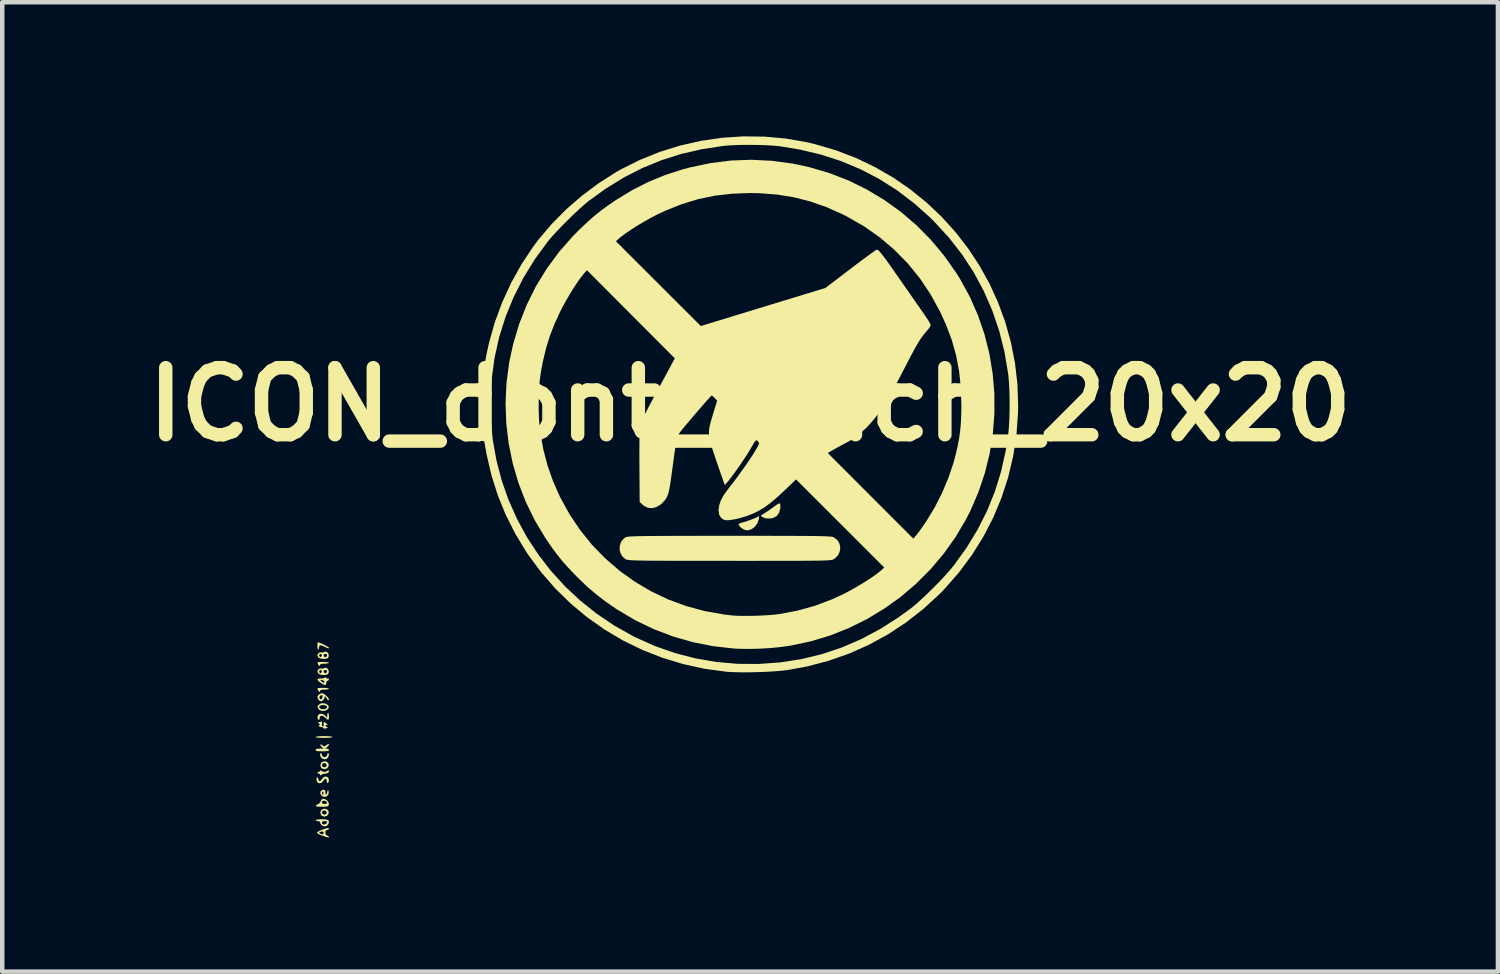
<source format=kicad_pcb>
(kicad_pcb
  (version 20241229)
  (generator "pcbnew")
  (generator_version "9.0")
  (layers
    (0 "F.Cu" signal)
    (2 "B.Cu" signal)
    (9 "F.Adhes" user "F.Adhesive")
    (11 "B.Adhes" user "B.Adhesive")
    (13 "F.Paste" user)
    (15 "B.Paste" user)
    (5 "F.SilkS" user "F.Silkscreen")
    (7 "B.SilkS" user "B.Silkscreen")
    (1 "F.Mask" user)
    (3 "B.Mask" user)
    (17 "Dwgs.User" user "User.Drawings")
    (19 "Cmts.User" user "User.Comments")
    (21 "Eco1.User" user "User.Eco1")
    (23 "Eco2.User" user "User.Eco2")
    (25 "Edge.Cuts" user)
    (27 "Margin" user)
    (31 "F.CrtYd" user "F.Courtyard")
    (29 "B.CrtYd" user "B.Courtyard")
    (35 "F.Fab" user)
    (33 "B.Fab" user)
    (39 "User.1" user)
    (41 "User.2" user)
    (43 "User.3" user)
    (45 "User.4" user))
  (footprint "ICON_dont_touch_20x20"
    (layer "F.Cu")
    (at 13.729 5.996)
    (property "Reference" "ICON_dont_touch_20x20" (at 0 0 0) (layer "F.SilkS") (effects (font (size 1.5 1.5) (thickness 0.3))))
    (attr board_only exclude_from_pos_files exclude_from_bom)
    (fp_poly (pts (xy -9.44 7.422) (xy -9.376 7.428) (xy -9.343 7.436) (xy -9.34 7.44) (xy -9.359 7.449) (xy -9.412 7.456) (xy -9.492 7.46) (xy -9.53 7.46) (xy -9.62 7.458) (xy -9.684 7.452) (xy -9.717 7.444) (xy -9.72 7.44) (xy -9.701 7.431) (xy -9.648 7.424) (xy -9.568 7.42) (xy -9.53 7.42)) (stroke (width 0) (type solid)) (fill yes) (layer "F.SilkS"))
    (fp_poly (pts (xy -9.482 5.763) (xy -9.436 5.77) (xy -9.42 5.78) (xy -9.438 5.791) (xy -9.484 5.799) (xy -9.519 5.8) (xy -9.581 5.803) (xy -9.613 5.815) (xy -9.624 5.835) (xy -9.632 5.856) (xy -9.645 5.844) (xy -9.656 5.826) (xy -9.674 5.789) (xy -9.68 5.771) (xy -9.662 5.766) (xy -9.614 5.761) (xy -9.55 5.76)) (stroke (width 0) (type solid)) (fill yes) (layer "F.SilkS"))
    (fp_poly (pts (xy -9.482 6.343) (xy -9.436 6.35) (xy -9.42 6.36) (xy -9.438 6.371) (xy -9.484 6.379) (xy -9.519 6.38) (xy -9.581 6.383) (xy -9.613 6.395) (xy -9.624 6.415) (xy -9.632 6.436) (xy -9.645 6.424) (xy -9.656 6.406) (xy -9.674 6.369) (xy -9.68 6.351) (xy -9.662 6.346) (xy -9.614 6.341) (xy -9.55 6.34)) (stroke (width 0) (type solid)) (fill yes) (layer "F.SilkS"))
    (fp_poly (pts (xy -9.584 7.817) (xy -9.576 7.845) (xy -9.559 7.881) (xy -9.52 7.89) (xy -9.479 7.879) (xy -9.464 7.845) (xy -9.451 7.81) (xy -9.432 7.801) (xy -9.421 7.821) (xy -9.42 7.831) (xy -9.435 7.891) (xy -9.474 7.929) (xy -9.525 7.939) (xy -9.578 7.918) (xy -9.589 7.909) (xy -9.611 7.873) (xy -9.62 7.833) (xy -9.613 7.805) (xy -9.601 7.8)) (stroke (width 0) (type solid)) (fill yes) (layer "F.SilkS"))
    (fp_poly (pts (xy 0.194 2.57) (xy 0.162 2.662) (xy 0.104 2.74) (xy 0.029 2.791) (xy 0.028 2.792) (xy -0.033 2.814) (xy -0.08 2.816) (xy -0.136 2.798) (xy -0.153 2.791) (xy -0.195 2.765) (xy -0.233 2.728) (xy -0.256 2.694) (xy -0.257 2.671) (xy -0.257 2.671) (xy -0.235 2.663) (xy -0.187 2.647) (xy -0.133 2.631) (xy -0.044 2.602) (xy 0.051 2.567) (xy 0.095 2.549) (xy 0.205 2.5)) (stroke (width 0) (type solid)) (fill yes) (layer "F.SilkS"))
    (fp_poly (pts (xy -9.638 5.328) (xy -9.588 5.349) (xy -9.53 5.376) (xy -9.475 5.405) (xy -9.435 5.429) (xy -9.42 5.443) (xy -9.426 5.458) (xy -9.449 5.454) (xy -9.496 5.433) (xy -9.566 5.4) (xy -9.609 5.388) (xy -9.633 5.399) (xy -9.643 5.432) (xy -9.644 5.441) (xy -9.652 5.479) (xy -9.664 5.49) (xy -9.665 5.489) (xy -9.674 5.462) (xy -9.679 5.417) (xy -9.679 5.368) (xy -9.675 5.331) (xy -9.668 5.32)) (stroke (width 0) (type solid)) (fill yes) (layer "F.SilkS"))
    (fp_poly (pts (xy 0.665 2.213) (xy 0.675 2.238) (xy 0.677 2.289) (xy 0.675 2.324) (xy 0.649 2.425) (xy 0.595 2.497) (xy 0.514 2.541) (xy 0.447 2.553) (xy 0.351 2.549) (xy 0.295 2.53) (xy 0.257 2.506) (xy 0.24 2.491) (xy 0.24 2.49) (xy 0.256 2.476) (xy 0.296 2.45) (xy 0.33 2.429) (xy 0.395 2.388) (xy 0.472 2.334) (xy 0.533 2.289) (xy 0.591 2.247) (xy 0.638 2.22) (xy 0.664 2.213)) (stroke (width 0) (type solid)) (fill yes) (layer "F.SilkS"))
    (fp_poly (pts (xy -9.427 6.918) (xy -9.421 6.962) (xy -9.42 6.98) (xy -9.424 7.037) (xy -9.439 7.056) (xy -9.469 7.04) (xy -9.501 7.009) (xy -9.548 6.973) (xy -9.591 6.964) (xy -9.621 6.982) (xy -9.628 7.015) (xy -9.635 7.053) (xy -9.654 7.057) (xy -9.671 7.039) (xy -9.676 7.005) (xy -9.672 6.969) (xy -9.645 6.931) (xy -9.599 6.919) (xy -9.546 6.931) (xy -9.501 6.964) (xy -9.46 7.008) (xy -9.46 6.954) (xy -9.454 6.914) (xy -9.44 6.9)) (stroke (width 0) (type solid)) (fill yes) (layer "F.SilkS"))
    (fp_poly (pts (xy -9.481 7.99) (xy -9.439 8.019) (xy -9.425 8.062) (xy -9.435 8.108) (xy -9.468 8.145) (xy -9.519 8.16) (xy -9.52 8.16) (xy -9.577 8.145) (xy -9.6 8.119) (xy -9.611 8.071) (xy -9.578 8.071) (xy -9.562 8.103) (xy -9.526 8.117) (xy -9.515 8.116) (xy -9.477 8.097) (xy -9.47 8.07) (xy -9.486 8.036) (xy -9.522 8.021) (xy -9.56 8.033) (xy -9.565 8.037) (xy -9.578 8.071) (xy -9.611 8.071) (xy -9.613 8.062) (xy -9.594 8.016) (xy -9.551 7.988) (xy -9.491 7.987)) (stroke (width 0) (type solid)) (fill yes) (layer "F.SilkS"))
    (fp_poly (pts (xy -9.481 9.05) (xy -9.439 9.079) (xy -9.425 9.122) (xy -9.435 9.168) (xy -9.468 9.205) (xy -9.519 9.22) (xy -9.52 9.22) (xy -9.577 9.205) (xy -9.6 9.179) (xy -9.611 9.131) (xy -9.578 9.131) (xy -9.562 9.163) (xy -9.526 9.177) (xy -9.515 9.176) (xy -9.477 9.157) (xy -9.47 9.13) (xy -9.486 9.096) (xy -9.522 9.081) (xy -9.56 9.093) (xy -9.565 9.097) (xy -9.578 9.131) (xy -9.611 9.131) (xy -9.613 9.122) (xy -9.594 9.076) (xy -9.551 9.048) (xy -9.491 9.047)) (stroke (width 0) (type solid)) (fill yes) (layer "F.SilkS"))
    (fp_poly (pts (xy -9.588 8.195) (xy -9.562 8.213) (xy -9.52 8.22) (xy -9.476 8.212) (xy -9.454 8.195) (xy -9.438 8.18) (xy -9.43 8.184) (xy -9.419 8.213) (xy -9.439 8.241) (xy -9.482 8.258) (xy -9.509 8.26) (xy -9.556 8.265) (xy -9.579 8.277) (xy -9.58 8.28) (xy -9.595 8.299) (xy -9.6 8.3) (xy -9.619 8.285) (xy -9.62 8.28) (xy -9.636 8.262) (xy -9.65 8.26) (xy -9.677 8.249) (xy -9.68 8.24) (xy -9.664 8.222) (xy -9.652 8.22) (xy -9.618 8.205) (xy -9.612 8.195) (xy -9.599 8.18)) (stroke (width 0) (type solid)) (fill yes) (layer "F.SilkS"))
    (fp_poly (pts (xy -9.449 8.338) (xy -9.425 8.378) (xy -9.423 8.422) (xy -9.438 8.463) (xy -9.456 8.471) (xy -9.469 8.446) (xy -9.471 8.425) (xy -9.48 8.382) (xy -9.503 8.372) (xy -9.533 8.397) (xy -9.546 8.42) (xy -9.583 8.462) (xy -9.63 8.476) (xy -9.674 8.458) (xy -9.675 8.457) (xy -9.693 8.424) (xy -9.7 8.382) (xy -9.694 8.349) (xy -9.681 8.34) (xy -9.664 8.357) (xy -9.656 8.383) (xy -9.642 8.425) (xy -9.617 8.428) (xy -9.585 8.394) (xy -9.576 8.38) (xy -9.535 8.336) (xy -9.489 8.323)) (stroke (width 0) (type solid)) (fill yes) (layer "F.SilkS"))
    (fp_poly (pts (xy -9.514 6.687) (xy -9.464 6.711) (xy -9.426 6.751) (xy -9.428 6.792) (xy -9.457 6.827) (xy -9.511 6.854) (xy -9.576 6.857) (xy -9.633 6.836) (xy -9.647 6.823) (xy -9.676 6.78) (xy -9.674 6.77) (xy -9.64 6.77) (xy -9.623 6.8) (xy -9.58 6.817) (xy -9.524 6.817) (xy -9.492 6.808) (xy -9.463 6.783) (xy -9.468 6.753) (xy -9.503 6.73) (xy -9.509 6.729) (xy -9.566 6.724) (xy -9.613 6.737) (xy -9.639 6.762) (xy -9.64 6.77) (xy -9.674 6.77) (xy -9.67 6.743) (xy -9.643 6.713) (xy -9.584 6.684)) (stroke (width 0) (type solid)) (fill yes) (layer "F.SilkS"))
    (fp_poly (pts (xy -9.421 7.596) (xy -9.42 7.606) (xy -9.435 7.638) (xy -9.465 7.667) (xy -9.51 7.698) (xy -9.465 7.699) (xy -9.429 7.711) (xy -9.42 7.73) (xy -9.428 7.746) (xy -9.456 7.755) (xy -9.512 7.759) (xy -9.57 7.76) (xy -9.649 7.758) (xy -9.696 7.753) (xy -9.717 7.742) (xy -9.72 7.73) (xy -9.708 7.71) (xy -9.669 7.701) (xy -9.628 7.7) (xy -9.536 7.7) (xy -9.583 7.662) (xy -9.611 7.631) (xy -9.616 7.609) (xy -9.615 7.609) (xy -9.591 7.609) (xy -9.563 7.627) (xy -9.535 7.648) (xy -9.51 7.645) (xy -9.473 7.619) (xy -9.436 7.594)) (stroke (width 0) (type solid)) (fill yes) (layer "F.SilkS"))
    (fp_poly (pts (xy -9.51 8.631) (xy -9.5 8.669) (xy -9.5 8.684) (xy -9.494 8.723) (xy -9.481 8.728) (xy -9.465 8.701) (xy -9.455 8.66) (xy -9.448 8.627) (xy -9.438 8.631) (xy -9.431 8.646) (xy -9.426 8.694) (xy -9.437 8.731) (xy -9.473 8.77) (xy -9.525 8.78) (xy -9.577 8.759) (xy -9.589 8.749) (xy -9.615 8.701) (xy -9.612 8.682) (xy -9.576 8.682) (xy -9.569 8.714) (xy -9.556 8.739) (xy -9.548 8.727) (xy -9.545 8.713) (xy -9.543 8.677) (xy -9.548 8.665) (xy -9.567 8.66) (xy -9.576 8.682) (xy -9.612 8.682) (xy -9.608 8.656) (xy -9.571 8.626) (xy -9.536 8.62)) (stroke (width 0) (type solid)) (fill yes) (layer "F.SilkS"))
    (fp_poly (pts (xy -9.527 8.824) (xy -9.477 8.845) (xy -9.438 8.889) (xy -9.422 8.94) (xy -9.426 8.967) (xy -9.441 8.985) (xy -9.474 8.995) (xy -9.535 8.999) (xy -9.581 9) (xy -9.659 8.998) (xy -9.702 8.991) (xy -9.716 8.979) (xy -9.715 8.975) (xy -9.691 8.952) (xy -9.667 8.944) (xy -9.632 8.922) (xy -9.617 8.898) (xy -9.582 8.898) (xy -9.571 8.924) (xy -9.533 8.939) (xy -9.52 8.94) (xy -9.473 8.931) (xy -9.46 8.911) (xy -9.477 8.884) (xy -9.514 8.866) (xy -9.553 8.867) (xy -9.56 8.87) (xy -9.582 8.898) (xy -9.617 8.898) (xy -9.605 8.878) (xy -9.583 8.835) (xy -9.551 8.822)) (stroke (width 0) (type solid)) (fill yes) (layer "F.SilkS"))
    (fp_poly (pts (xy -9.493 9.284) (xy -9.441 9.298) (xy -9.421 9.325) (xy -9.428 9.369) (xy -9.437 9.391) (xy -9.473 9.43) (xy -9.525 9.44) (xy -9.577 9.419) (xy -9.589 9.409) (xy -9.614 9.371) (xy -9.618 9.356) (xy -9.582 9.356) (xy -9.566 9.388) (xy -9.531 9.398) (xy -9.491 9.387) (xy -9.465 9.359) (xy -9.464 9.355) (xy -9.468 9.33) (xy -9.5 9.321) (xy -9.519 9.32) (xy -9.565 9.33) (xy -9.582 9.356) (xy -9.618 9.356) (xy -9.62 9.349) (xy -9.637 9.326) (xy -9.67 9.32) (xy -9.708 9.313) (xy -9.72 9.3) (xy -9.701 9.29) (xy -9.652 9.283) (xy -9.58 9.28) (xy -9.579 9.28)) (stroke (width 0) (type solid)) (fill yes) (layer "F.SilkS"))
    (fp_poly (pts (xy -9.54 6.474) (xy -9.493 6.506) (xy -9.45 6.548) (xy -9.423 6.586) (xy -9.42 6.598) (xy -9.429 6.62) (xy -9.45 6.61) (xy -9.475 6.574) (xy -9.48 6.565) (xy -9.499 6.53) (xy -9.509 6.529) (xy -9.516 6.55) (xy -9.54 6.606) (xy -9.579 6.636) (xy -9.62 6.638) (xy -9.656 6.607) (xy -9.659 6.601) (xy -9.676 6.561) (xy -9.68 6.545) (xy -9.634 6.545) (xy -9.63 6.577) (xy -9.609 6.596) (xy -9.595 6.595) (xy -9.572 6.571) (xy -9.564 6.543) (xy -9.566 6.507) (xy -9.59 6.504) (xy -9.618 6.518) (xy -9.634 6.545) (xy -9.68 6.545) (xy -9.68 6.543) (xy -9.663 6.507) (xy -9.624 6.475) (xy -9.58 6.46) (xy -9.577 6.46)) (stroke (width 0) (type solid)) (fill yes) (layer "F.SilkS"))
    (fp_poly (pts (xy -9.482 6.118) (xy -9.456 6.135) (xy -9.442 6.131) (xy -9.423 6.134) (xy -9.42 6.149) (xy -9.435 6.176) (xy -9.45 6.18) (xy -9.474 6.197) (xy -9.48 6.23) (xy -9.488 6.268) (xy -9.513 6.277) (xy -9.56 6.258) (xy -9.605 6.229) (xy -9.66 6.185) (xy -9.669 6.17) (xy -9.611 6.17) (xy -9.588 6.196) (xy -9.581 6.202) (xy -9.542 6.227) (xy -9.523 6.22) (xy -9.523 6.219) (xy -9.53 6.189) (xy -9.543 6.178) (xy -9.586 6.162) (xy -9.6 6.161) (xy -9.611 6.17) (xy -9.669 6.17) (xy -9.679 6.153) (xy -9.661 6.134) (xy -9.606 6.131) (xy -9.605 6.131) (xy -9.552 6.128) (xy -9.518 6.116) (xy -9.515 6.113) (xy -9.496 6.102)) (stroke (width 0) (type solid)) (fill yes) (layer "F.SilkS"))
    (fp_poly (pts (xy -9.423 9.481) (xy -9.42 9.491) (xy -9.437 9.515) (xy -9.46 9.52) (xy -9.489 9.529) (xy -9.5 9.565) (xy -9.5 9.58) (xy -9.491 9.627) (xy -9.471 9.64) (xy -9.442 9.65) (xy -9.422 9.672) (xy -9.423 9.689) (xy -9.444 9.686) (xy -9.492 9.672) (xy -9.558 9.651) (xy -9.56 9.651) (xy -9.626 9.625) (xy -9.672 9.6) (xy -9.683 9.588) (xy -9.636 9.588) (xy -9.606 9.606) (xy -9.555 9.618) (xy -9.543 9.603) (xy -9.54 9.583) (xy -9.549 9.556) (xy -9.582 9.554) (xy -9.59 9.555) (xy -9.632 9.57) (xy -9.636 9.588) (xy -9.683 9.588) (xy -9.69 9.58) (xy -9.69 9.58) (xy -9.672 9.561) (xy -9.625 9.536) (xy -9.558 9.509) (xy -9.555 9.508) (xy -9.483 9.485) (xy -9.442 9.477)) (stroke (width 0) (type solid)) (fill yes) (layer "F.SilkS"))
    (fp_poly (pts (xy -9.457 5.545) (xy -9.432 5.581) (xy -9.423 5.626) (xy -9.439 5.668) (xy -9.44 5.67) (xy -9.477 5.688) (xy -9.534 5.694) (xy -9.596 5.688) (xy -9.644 5.671) (xy -9.653 5.664) (xy -9.676 5.628) (xy -9.677 5.626) (xy -9.639 5.626) (xy -9.627 5.646) (xy -9.603 5.651) (xy -9.583 5.628) (xy -9.58 5.609) (xy -9.581 5.607) (xy -9.54 5.607) (xy -9.527 5.645) (xy -9.5 5.655) (xy -9.473 5.637) (xy -9.464 5.613) (xy -9.472 5.586) (xy -9.499 5.58) (xy -9.532 5.591) (xy -9.54 5.607) (xy -9.581 5.607) (xy -9.596 5.583) (xy -9.61 5.58) (xy -9.635 5.595) (xy -9.639 5.626) (xy -9.677 5.626) (xy -9.68 5.611) (xy -9.663 5.573) (xy -9.625 5.548) (xy -9.588 5.548) (xy -9.546 5.548) (xy -9.53 5.54) (xy -9.492 5.528)) (stroke (width 0) (type solid)) (fill yes) (layer "F.SilkS"))
    (fp_poly (pts (xy -9.457 5.905) (xy -9.432 5.941) (xy -9.423 5.986) (xy -9.439 6.028) (xy -9.44 6.03) (xy -9.477 6.048) (xy -9.534 6.054) (xy -9.596 6.048) (xy -9.644 6.031) (xy -9.653 6.024) (xy -9.676 5.988) (xy -9.677 5.986) (xy -9.639 5.986) (xy -9.627 6.006) (xy -9.603 6.011) (xy -9.583 5.988) (xy -9.58 5.969) (xy -9.581 5.967) (xy -9.54 5.967) (xy -9.527 6.005) (xy -9.5 6.015) (xy -9.473 5.997) (xy -9.464 5.973) (xy -9.472 5.946) (xy -9.499 5.94) (xy -9.532 5.951) (xy -9.54 5.967) (xy -9.581 5.967) (xy -9.596 5.943) (xy -9.61 5.94) (xy -9.635 5.955) (xy -9.639 5.986) (xy -9.677 5.986) (xy -9.68 5.971) (xy -9.663 5.933) (xy -9.625 5.908) (xy -9.588 5.908) (xy -9.546 5.908) (xy -9.53 5.9) (xy -9.492 5.888)) (stroke (width 0) (type solid)) (fill yes) (layer "F.SilkS"))
    (fp_poly (pts (xy -9.576 7.111) (xy -9.579 7.165) (xy -9.573 7.195) (xy -9.562 7.2) (xy -9.537 7.189) (xy -9.529 7.168) (xy -9.539 7.157) (xy -9.548 7.137) (xy -9.541 7.122) (xy -9.524 7.108) (xy -9.498 7.121) (xy -9.477 7.14) (xy -9.45 7.169) (xy -9.454 7.177) (xy -9.465 7.174) (xy -9.494 7.171) (xy -9.5 7.18) (xy -9.485 7.204) (xy -9.465 7.218) (xy -9.446 7.235) (xy -9.453 7.239) (xy -9.492 7.247) (xy -9.508 7.252) (xy -9.535 7.252) (xy -9.54 7.241) (xy -9.555 7.223) (xy -9.565 7.222) (xy -9.603 7.218) (xy -9.627 7.21) (xy -9.651 7.194) (xy -9.638 7.177) (xy -9.637 7.176) (xy -9.621 7.157) (xy -9.635 7.147) (xy -9.658 7.124) (xy -9.66 7.115) (xy -9.652 7.103) (xy -9.647 7.106) (xy -9.623 7.107) (xy -9.607 7.097) (xy -9.585 7.088)) (stroke (width 0) (type solid)) (fill yes) (layer "F.SilkS"))
    (fp_poly (pts (xy -0.106 2.94) (xy 0.206 2.94) (xy 0.483 2.94) (xy 0.726 2.941) (xy 0.938 2.941) (xy 1.122 2.942) (xy 1.279 2.943) (xy 1.411 2.944) (xy 1.521 2.946) (xy 1.611 2.948) (xy 1.684 2.95) (xy 1.741 2.953) (xy 1.785 2.956) (xy 1.818 2.959) (xy 1.842 2.964) (xy 1.86 2.968) (xy 1.873 2.974) (xy 1.879 2.977) (xy 1.954 3.037) (xy 2 3.116) (xy 2.017 3.205) (xy 2.004 3.296) (xy 1.962 3.381) (xy 1.89 3.451) (xy 1.875 3.46) (xy 1.864 3.466) (xy 1.852 3.472) (xy 1.835 3.477) (xy 1.812 3.481) (xy 1.781 3.484) (xy 1.739 3.488) (xy 1.683 3.49) (xy 1.613 3.493) (xy 1.525 3.495) (xy 1.418 3.496) (xy 1.288 3.497) (xy 1.134 3.498) (xy 0.954 3.499) (xy 0.746 3.499) (xy 0.506 3.499) (xy 0.233 3.499) (xy -0.075 3.5) (xy -0.42 3.499) (xy -0.45 3.499) (xy -0.801 3.499) (xy -1.114 3.499) (xy -1.391 3.499) (xy -1.635 3.498) (xy -1.848 3.498) (xy -2.032 3.497) (xy -2.19 3.496) (xy -2.322 3.495) (xy -2.433 3.493) (xy -2.523 3.491) (xy -2.596 3.488) (xy -2.653 3.486) (xy -2.696 3.482) (xy -2.729 3.479) (xy -2.752 3.474) (xy -2.768 3.47) (xy -2.778 3.466) (xy -2.851 3.41) (xy -2.898 3.332) (xy -2.919 3.243) (xy -2.913 3.152) (xy -2.881 3.067) (xy -2.822 2.997) (xy -2.782 2.971) (xy -2.769 2.966) (xy -2.749 2.962) (xy -2.721 2.958) (xy -2.68 2.955) (xy -2.626 2.952) (xy -2.556 2.949) (xy -2.469 2.947) (xy -2.361 2.945) (xy -2.231 2.944) (xy -2.076 2.943) (xy -1.895 2.942) (xy -1.685 2.941) (xy -1.445 2.941) (xy -1.171 2.94) (xy -0.861 2.94) (xy -0.514 2.94) (xy -0.456 2.94)) (stroke (width 0) (type solid)) (fill yes) (layer "F.SilkS"))
    (fp_poly (pts (xy 0.323 -5.99) (xy 0.798 -5.947) (xy 1.267 -5.865) (xy 1.458 -5.82) (xy 1.924 -5.683) (xy 2.371 -5.511) (xy 2.798 -5.306) (xy 3.205 -5.071) (xy 3.589 -4.806) (xy 3.95 -4.513) (xy 4.286 -4.195) (xy 4.596 -3.853) (xy 4.878 -3.488) (xy 5.132 -3.103) (xy 5.356 -2.699) (xy 5.548 -2.277) (xy 5.708 -1.84) (xy 5.834 -1.389) (xy 5.925 -0.926) (xy 5.98 -0.453) (xy 5.996 0.029) (xy 5.993 0.19) (xy 5.958 0.681) (xy 5.884 1.162) (xy 5.772 1.633) (xy 5.623 2.09) (xy 5.438 2.533) (xy 5.218 2.96) (xy 4.962 3.369) (xy 4.672 3.759) (xy 4.349 4.128) (xy 4.23 4.25) (xy 3.869 4.581) (xy 3.485 4.88) (xy 3.081 5.146) (xy 2.656 5.378) (xy 2.213 5.575) (xy 1.754 5.736) (xy 1.279 5.861) (xy 0.85 5.94) (xy 0.715 5.957) (xy 0.551 5.97) (xy 0.368 5.981) (xy 0.174 5.988) (xy -0.02 5.993) (xy -0.205 5.993) (xy -0.372 5.989) (xy -0.51 5.982) (xy -0.534 5.979) (xy -1.024 5.913) (xy -1.501 5.808) (xy -1.964 5.667) (xy -2.412 5.491) (xy -2.843 5.281) (xy -3.255 5.037) (xy -3.646 4.761) (xy -4.014 4.454) (xy -4.359 4.117) (xy -4.677 3.751) (xy -4.968 3.357) (xy -5.002 3.306) (xy -5.251 2.896) (xy -5.464 2.475) (xy -5.642 2.04) (xy -5.785 1.587) (xy -5.896 1.114) (xy -5.943 0.84) (xy -5.957 0.743) (xy -5.968 0.652) (xy -5.976 0.56) (xy -5.982 0.46) (xy -5.985 0.343) (xy -5.987 0.204) (xy -5.987 0.032) (xy -5.988 0) (xy -5.986 -0.15) (xy -5.807 -0.15) (xy -5.801 0.327) (xy -5.756 0.797) (xy -5.673 1.257) (xy -5.555 1.706) (xy -5.401 2.143) (xy -5.213 2.564) (xy -4.993 2.969) (xy -4.74 3.355) (xy -4.457 3.722) (xy -4.145 4.065) (xy -3.804 4.385) (xy -3.436 4.679) (xy -3.042 4.945) (xy -2.623 5.181) (xy -2.56 5.213) (xy -2.126 5.407) (xy -1.679 5.563) (xy -1.221 5.681) (xy -0.754 5.762) (xy -0.279 5.803) (xy 0.2 5.806) (xy 0.682 5.77) (xy 1.151 5.697) (xy 1.607 5.586) (xy 2.052 5.437) (xy 2.486 5.25) (xy 2.909 5.025) (xy 3.323 4.761) (xy 3.6 4.559) (xy 3.701 4.477) (xy 3.82 4.37) (xy 3.952 4.247) (xy 4.088 4.113) (xy 4.223 3.977) (xy 4.349 3.843) (xy 4.459 3.72) (xy 4.547 3.615) (xy 4.559 3.6) (xy 4.845 3.201) (xy 5.092 2.795) (xy 5.302 2.378) (xy 5.475 1.95) (xy 5.613 1.506) (xy 5.716 1.045) (xy 5.772 0.687) (xy 5.788 0.524) (xy 5.799 0.332) (xy 5.804 0.123) (xy 5.805 -0.092) (xy 5.8 -0.303) (xy 5.79 -0.498) (xy 5.775 -0.666) (xy 5.772 -0.687) (xy 5.69 -1.174) (xy 5.572 -1.644) (xy 5.418 -2.098) (xy 5.228 -2.534) (xy 5.003 -2.952) (xy 4.744 -3.35) (xy 4.449 -3.729) (xy 4.12 -4.087) (xy 4.031 -4.176) (xy 3.668 -4.5) (xy 3.287 -4.789) (xy 2.889 -5.042) (xy 2.472 -5.259) (xy 2.036 -5.442) (xy 1.581 -5.589) (xy 1.107 -5.702) (xy 0.68 -5.772) (xy 0.54 -5.786) (xy 0.372 -5.797) (xy 0.184 -5.803) (xy -0.011 -5.805) (xy -0.203 -5.804) (xy -0.382 -5.798) (xy -0.538 -5.788) (xy -0.6 -5.782) (xy -1.082 -5.708) (xy -1.543 -5.602) (xy -1.986 -5.461) (xy -2.413 -5.286) (xy -2.827 -5.074) (xy -3.232 -4.824) (xy -3.6 -4.559) (xy -3.698 -4.478) (xy -3.815 -4.374) (xy -3.944 -4.254) (xy -4.078 -4.123) (xy -4.21 -3.991) (xy -4.333 -3.862) (xy -4.44 -3.745) (xy -4.524 -3.645) (xy -4.528 -3.64) (xy -4.82 -3.24) (xy -5.074 -2.826) (xy -5.291 -2.398) (xy -5.471 -1.957) (xy -5.613 -1.504) (xy -5.717 -1.038) (xy -5.782 -0.562) (xy -5.807 -0.15) (xy -5.986 -0.15) (xy -5.986 -0.237) (xy -5.979 -0.445) (xy -5.967 -0.631) (xy -5.949 -0.805) (xy -5.923 -0.978) (xy -5.889 -1.158) (xy -5.845 -1.355) (xy -5.837 -1.39) (xy -5.709 -1.842) (xy -5.544 -2.287) (xy -5.344 -2.721) (xy -5.112 -3.137) (xy -4.852 -3.529) (xy -4.733 -3.688) (xy -4.441 -4.032) (xy -4.117 -4.36) (xy -3.766 -4.665) (xy -3.393 -4.944) (xy -3.004 -5.193) (xy -2.887 -5.259) (xy -2.462 -5.471) (xy -2.021 -5.648) (xy -1.566 -5.79) (xy -1.101 -5.895) (xy -0.629 -5.964) (xy -0.153 -5.996)) (stroke (width 0) (type solid)) (fill yes) (layer "F.SilkS"))
    (fp_poly (pts (xy 0.49 -5.449) (xy 0.952 -5.387) (xy 1.32 -5.308) (xy 1.766 -5.177) (xy 2.196 -5.011) (xy 2.608 -4.809) (xy 3 -4.574) (xy 3.372 -4.307) (xy 3.721 -4.008) (xy 4.045 -3.68) (xy 4.343 -3.323) (xy 4.614 -2.938) (xy 4.7 -2.8) (xy 4.917 -2.403) (xy 5.098 -1.991) (xy 5.244 -1.566) (xy 5.353 -1.131) (xy 5.426 -0.689) (xy 5.464 -0.242) (xy 5.465 0.206) (xy 5.43 0.653) (xy 5.359 1.097) (xy 5.251 1.535) (xy 5.107 1.964) (xy 4.927 2.381) (xy 4.828 2.575) (xy 4.594 2.97) (xy 4.329 3.342) (xy 4.035 3.689) (xy 3.715 4.01) (xy 3.371 4.304) (xy 3.004 4.567) (xy 2.618 4.8) (xy 2.214 5.001) (xy 1.794 5.168) (xy 1.361 5.299) (xy 0.917 5.394) (xy 0.68 5.428) (xy 0.457 5.45) (xy 0.219 5.464) (xy -0.019 5.47) (xy -0.241 5.467) (xy -0.36 5.461) (xy -0.824 5.409) (xy -1.279 5.319) (xy -1.723 5.192) (xy -2.154 5.028) (xy -2.57 4.828) (xy -2.967 4.592) (xy -3.011 4.564) (xy -3.241 4.404) (xy -3.446 4.246) (xy -3.641 4.08) (xy -3.836 3.893) (xy -3.921 3.807) (xy -4.071 3.65) (xy -4.2 3.505) (xy -4.317 3.359) (xy -4.432 3.204) (xy -4.554 3.026) (xy -4.585 2.98) (xy -4.819 2.588) (xy -5.018 2.18) (xy -5.182 1.757) (xy -5.309 1.322) (xy -5.4 0.878) (xy -5.454 0.427) (xy -5.466 0.079) (xy -4.73 0.079) (xy -4.724 0.29) (xy -4.712 0.483) (xy -4.693 0.64) (xy -4.623 1.018) (xy -4.53 1.372) (xy -4.41 1.712) (xy -4.262 2.049) (xy -4.252 2.07) (xy -4.042 2.453) (xy -3.802 2.811) (xy -3.534 3.143) (xy -3.238 3.447) (xy -2.918 3.723) (xy -2.575 3.968) (xy -2.211 4.183) (xy -1.828 4.364) (xy -1.427 4.512) (xy -1.011 4.624) (xy -0.581 4.7) (xy -0.413 4.72) (xy -0.289 4.728) (xy -0.136 4.731) (xy 0.034 4.73) (xy 0.21 4.725) (xy 0.381 4.716) (xy 0.536 4.704) (xy 0.66 4.689) (xy 1.066 4.612) (xy 1.454 4.503) (xy 1.833 4.36) (xy 2.07 4.251) (xy 2.211 4.178) (xy 2.36 4.095) (xy 2.51 4.006) (xy 2.652 3.916) (xy 2.778 3.831) (xy 2.881 3.754) (xy 2.926 3.717) (xy 3.002 3.65) (xy 2.015 2.664) (xy 1.028 1.678) (xy 0.755 1.939) (xy 0.597 2.085) (xy 0.457 2.203) (xy 0.328 2.298) (xy 0.202 2.375) (xy 0.074 2.439) (xy -0.064 2.493) (xy -0.1 2.505) (xy -0.234 2.545) (xy -0.358 2.573) (xy -0.464 2.589) (xy -0.545 2.591) (xy -0.584 2.583) (xy -0.651 2.536) (xy -0.693 2.463) (xy -0.706 2.367) (xy -0.706 2.359) (xy -0.69 2.252) (xy -0.652 2.142) (xy -0.586 2.024) (xy -0.492 1.892) (xy -0.462 1.854) (xy -0.37 1.737) (xy -0.276 1.611) (xy -0.182 1.481) (xy -0.091 1.353) (xy -0.008 1.23) (xy 0.066 1.117) (xy 0.126 1.019) (xy 0.171 0.941) (xy 0.196 0.887) (xy 0.2 0.868) (xy 0.187 0.839) (xy 0.165 0.814) (xy 0.149 0.803) (xy 0.133 0.805) (xy 0.113 0.824) (xy 0.084 0.866) (xy 0.044 0.935) (xy 0.014 0.986) (xy -0.031 1.063) (xy -0.089 1.154) (xy -0.156 1.254) (xy -0.227 1.359) (xy -0.3 1.463) (xy -0.371 1.561) (xy -0.436 1.648) (xy -0.492 1.72) (xy -0.535 1.771) (xy -0.561 1.797) (xy -0.568 1.798) (xy -0.576 1.778) (xy -0.595 1.725) (xy -0.623 1.643) (xy -0.66 1.539) (xy -0.702 1.417) (xy -0.748 1.283) (xy -0.749 1.28) (xy -0.807 1.11) (xy -0.852 0.971) (xy -0.886 0.857) (xy -0.908 0.761) (xy -0.919 0.678) (xy -0.92 0.601) (xy -0.912 0.523) (xy -0.893 0.438) (xy -0.866 0.339) (xy -0.831 0.223) (xy -0.737 -0.085) (xy -0.792 -0.142) (xy -0.83 -0.179) (xy -0.856 -0.199) (xy -0.86 -0.2) (xy -0.876 -0.185) (xy -0.913 -0.145) (xy -0.968 -0.084) (xy -1.037 -0.006) (xy -1.114 0.083) (xy -1.197 0.179) (xy -1.281 0.277) (xy -1.361 0.372) (xy -1.435 0.459) (xy -1.497 0.534) (xy -1.544 0.592) (xy -1.571 0.627) (xy -1.572 0.629) (xy -1.593 0.662) (xy -1.611 0.698) (xy -1.627 0.742) (xy -1.642 0.798) (xy -1.657 0.871) (xy -1.673 0.966) (xy -1.691 1.087) (xy -1.712 1.24) (xy -1.731 1.379) (xy -1.755 1.559) (xy -1.775 1.704) (xy -1.793 1.819) (xy -1.81 1.908) (xy -1.826 1.978) (xy -1.843 2.032) (xy -1.862 2.076) (xy -1.885 2.114) (xy -1.91 2.148) (xy -1.996 2.237) (xy -2.092 2.295) (xy -2.19 2.321) (xy -2.287 2.312) (xy -2.374 2.269) (xy -2.395 2.252) (xy -2.47 2.183) (xy -2.476 1.351) (xy -2.477 1.133) (xy -2.476 0.94) (xy -2.475 0.774) (xy -2.473 0.639) (xy -2.469 0.537) (xy -2.465 0.469) (xy -2.461 0.445) (xy -2.447 0.411) (xy -2.417 0.346) (xy -2.371 0.255) (xy -2.313 0.142) (xy -2.244 0.01) (xy -2.167 -0.135) (xy -2.084 -0.29) (xy -2.062 -0.33) (xy -1.684 -1.03) (xy -2.667 -2.016) (xy -3.65 -3.002) (xy -3.717 -2.926) (xy -3.785 -2.841) (xy -3.866 -2.727) (xy -3.954 -2.594) (xy -4.043 -2.448) (xy -4.131 -2.297) (xy -4.21 -2.151) (xy -4.251 -2.07) (xy -4.377 -1.796) (xy -4.48 -1.529) (xy -4.564 -1.256) (xy -4.634 -0.966) (xy -4.683 -0.708) (xy -4.705 -0.542) (xy -4.72 -0.348) (xy -4.728 -0.138) (xy -4.73 0.079) (xy -5.466 0.079) (xy -5.47 -0.028) (xy -5.449 -0.483) (xy -5.389 -0.938) (xy -5.3 -1.35) (xy -5.165 -1.801) (xy -4.994 -2.233) (xy -4.789 -2.645) (xy -4.549 -3.037) (xy -4.274 -3.41) (xy -4.063 -3.65) (xy -3.002 -3.65) (xy -2.052 -2.701) (xy -1.103 -1.753) (xy 0.29 -2.179) (xy 1.683 -2.604) (xy 2.245 -3.032) (xy 2.376 -3.132) (xy 2.498 -3.223) (xy 2.606 -3.303) (xy 2.698 -3.37) (xy 2.768 -3.42) (xy 2.814 -3.451) (xy 2.831 -3.46) (xy 2.842 -3.459) (xy 2.853 -3.456) (xy 2.867 -3.448) (xy 2.884 -3.433) (xy 2.906 -3.41) (xy 2.934 -3.375) (xy 2.971 -3.329) (xy 3.017 -3.267) (xy 3.074 -3.189) (xy 3.143 -3.092) (xy 3.226 -2.974) (xy 3.325 -2.833) (xy 3.44 -2.668) (xy 3.574 -2.476) (xy 3.727 -2.255) (xy 3.902 -2.004) (xy 3.913 -1.987) (xy 3.964 -1.911) (xy 4.006 -1.844) (xy 4.032 -1.794) (xy 4.04 -1.773) (xy 4.027 -1.742) (xy 3.995 -1.694) (xy 3.952 -1.643) (xy 3.906 -1.589) (xy 3.863 -1.535) (xy 3.821 -1.477) (xy 3.778 -1.411) (xy 3.73 -1.33) (xy 3.675 -1.232) (xy 3.61 -1.111) (xy 3.532 -0.962) (xy 3.455 -0.813) (xy 3.341 -0.594) (xy 3.242 -0.407) (xy 3.154 -0.247) (xy 3.076 -0.11) (xy 3.003 0.009) (xy 2.934 0.114) (xy 2.866 0.21) (xy 2.796 0.302) (xy 2.72 0.393) (xy 2.691 0.427) (xy 2.584 0.539) (xy 2.456 0.651) (xy 2.319 0.755) (xy 2.187 0.839) (xy 2.147 0.86) (xy 2.056 0.908) (xy 1.953 0.963) (xy 1.873 1.008) (xy 1.737 1.087) (xy 2.693 2.044) (xy 3.65 3.002) (xy 3.717 2.926) (xy 3.753 2.881) (xy 3.805 2.811) (xy 3.865 2.726) (xy 3.929 2.632) (xy 3.944 2.61) (xy 4.127 2.309) (xy 4.292 1.984) (xy 4.435 1.646) (xy 4.549 1.308) (xy 4.59 1.16) (xy 4.639 0.952) (xy 4.676 0.76) (xy 4.701 0.573) (xy 4.717 0.377) (xy 4.725 0.162) (xy 4.726 0.01) (xy 4.714 -0.382) (xy 4.674 -0.749) (xy 4.607 -1.101) (xy 4.51 -1.445) (xy 4.38 -1.788) (xy 4.251 -2.07) (xy 4.04 -2.457) (xy 3.799 -2.818) (xy 3.528 -3.152) (xy 3.228 -3.458) (xy 2.901 -3.736) (xy 2.546 -3.985) (xy 2.165 -4.203) (xy 2.07 -4.252) (xy 1.706 -4.414) (xy 1.345 -4.54) (xy 0.98 -4.633) (xy 0.604 -4.694) (xy 0.211 -4.724) (xy 0 -4.728) (xy -0.404 -4.713) (xy -0.788 -4.669) (xy -1.158 -4.592) (xy -1.522 -4.482) (xy -1.886 -4.337) (xy -2.07 -4.251) (xy -2.211 -4.178) (xy -2.36 -4.095) (xy -2.51 -4.006) (xy -2.652 -3.916) (xy -2.778 -3.831) (xy -2.881 -3.754) (xy -2.926 -3.717) (xy -3.002 -3.65) (xy -4.063 -3.65) (xy -3.965 -3.762) (xy -3.808 -3.92) (xy -3.638 -4.081) (xy -3.481 -4.219) (xy -3.325 -4.343) (xy -3.159 -4.464) (xy -3.015 -4.562) (xy -2.65 -4.786) (xy -2.282 -4.974) (xy -1.901 -5.131) (xy -1.499 -5.26) (xy -1.35 -5.3) (xy -0.891 -5.397) (xy -0.432 -5.455) (xy 0.028 -5.472)) (stroke (width 0) (type solid)) (fill yes) (layer "F.SilkS")))
  (gr_rect
    (start -3 -3)
    (end 30.457 18.684)
    (stroke (width 0.1) (type default))
    (fill no)
    (layer "Edge.Cuts")))
</source>
